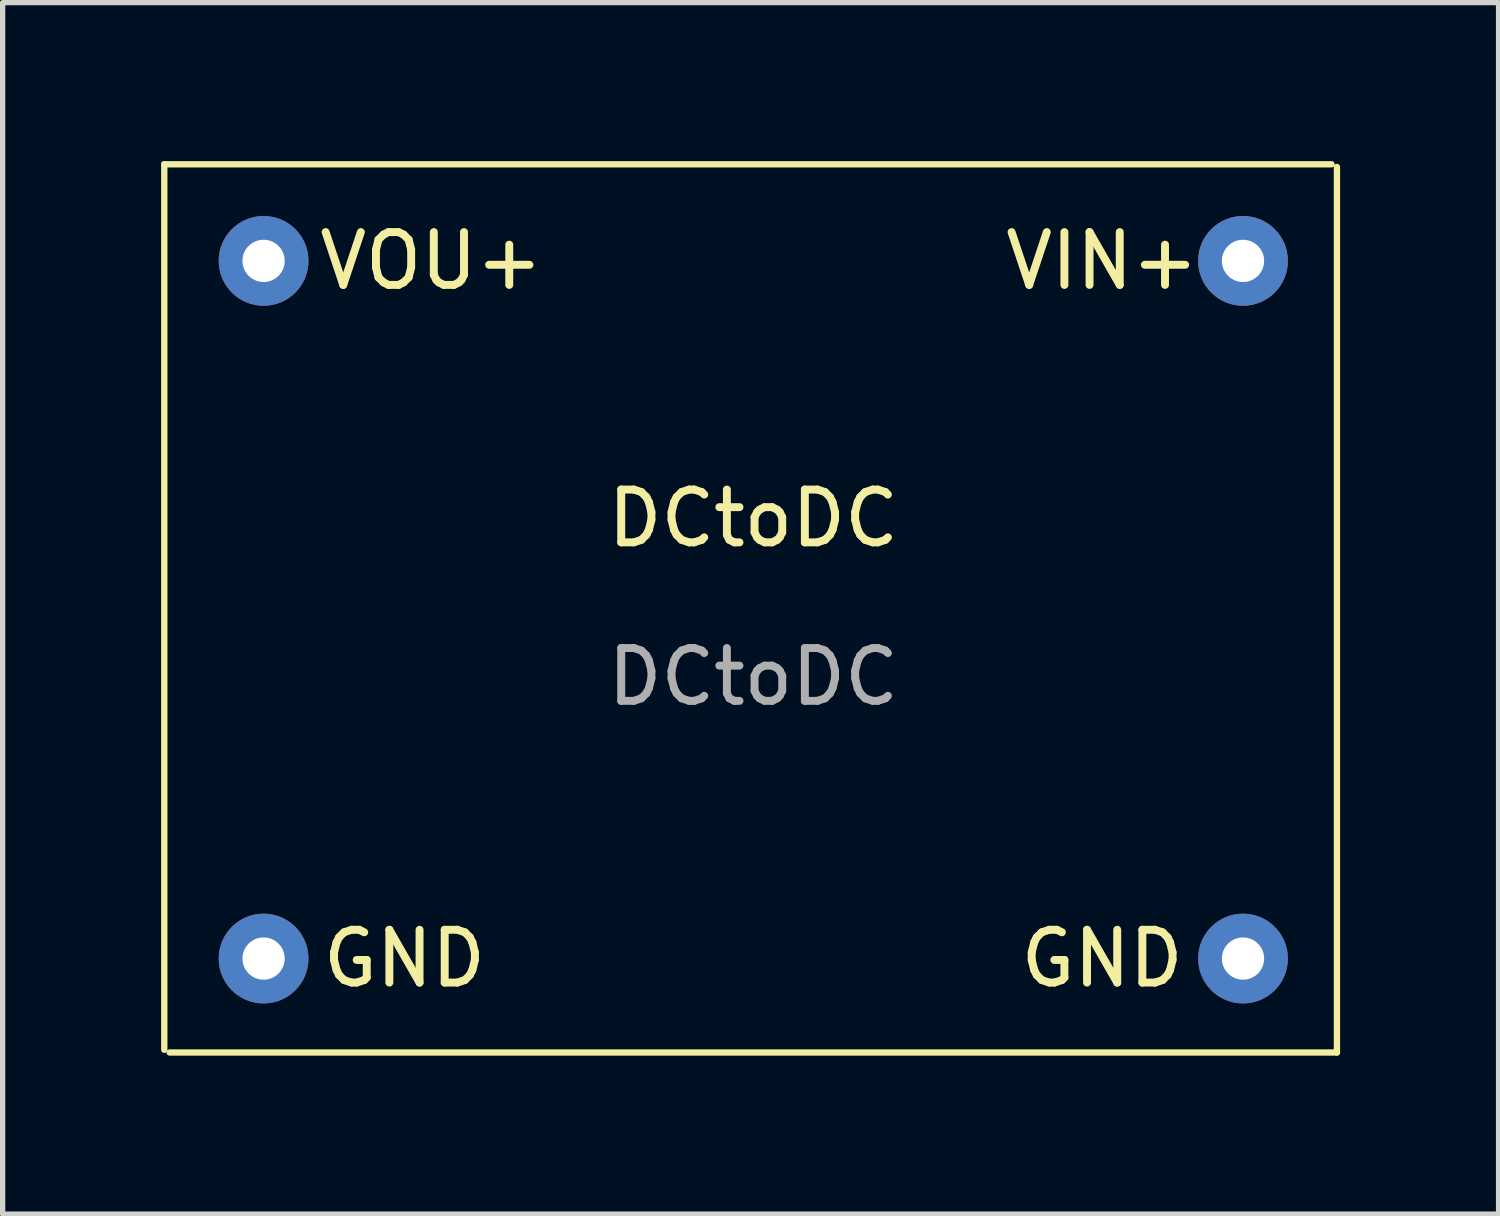
<source format=kicad_pcb>
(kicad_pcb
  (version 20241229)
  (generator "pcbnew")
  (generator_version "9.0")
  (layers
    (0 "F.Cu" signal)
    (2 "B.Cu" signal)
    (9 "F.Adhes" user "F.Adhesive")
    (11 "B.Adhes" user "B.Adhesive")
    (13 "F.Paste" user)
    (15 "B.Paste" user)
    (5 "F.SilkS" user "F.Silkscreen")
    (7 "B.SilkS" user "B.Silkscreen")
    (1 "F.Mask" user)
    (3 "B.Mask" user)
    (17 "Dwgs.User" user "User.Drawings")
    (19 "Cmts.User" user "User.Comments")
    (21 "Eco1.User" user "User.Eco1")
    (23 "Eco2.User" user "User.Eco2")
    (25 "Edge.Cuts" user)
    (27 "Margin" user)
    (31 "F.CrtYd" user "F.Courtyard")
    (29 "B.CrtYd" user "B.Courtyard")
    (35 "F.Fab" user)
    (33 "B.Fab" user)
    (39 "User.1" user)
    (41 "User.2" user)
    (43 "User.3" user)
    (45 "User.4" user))
  (footprint "DCtoDC"
    (layer "F.Cu")
    (at 11.211 8.493)
    (property "Reference" "DCtoDC" (at 0 -1.73 0) (unlocked yes) (layer "F.SilkS") (effects (font (size 1 1) (thickness 0.15))))
    (attr smd)
    (fp_line (start -11.151 -8.433) (end 10.947 -8.433) (stroke (width 0.12) (type solid)) (layer "F.SilkS"))
    (fp_line (start -11.151 8.331) (end -11.151 -8.433) (stroke (width 0.12) (type solid)) (layer "F.SilkS"))
    (fp_line (start -11.049 8.382) (end 11.049 8.382) (stroke (width 0.12) (type solid)) (layer "F.SilkS"))
    (fp_line (start 11.049 8.382) (end 11.049 -8.382) (stroke (width 0.12) (type solid)) (layer "F.SilkS"))
    (fp_text user "VIN+" (at 6.604 -6.604 0) (unlocked yes) (layer "F.SilkS") (effects (font (size 1 1) (thickness 0.15))))
    (fp_text user "GND" (at -6.604 6.604 0) (unlocked yes) (layer "F.SilkS") (effects (font (size 1 1) (thickness 0.15))))
    (fp_text user "GND" (at 6.604 6.604 0) (unlocked yes) (layer "F.SilkS") (effects (font (size 1 1) (thickness 0.15))))
    (fp_text user "VOU+" (at -6.096 -6.604 0) (unlocked yes) (layer "F.SilkS") (effects (font (size 1 1) (thickness 0.15))))
    (fp_text user "${REFERENCE}" (at 0 1.27 0) (unlocked yes) (layer "F.Fab") (effects (font (size 1 1) (thickness 0.15))))
    (pad "1" thru_hole circle (at 9.271 -6.604) (size 1.7 1.7) (drill 0.8) (layers "*.Cu" "*.Mask" "B.Adhes"))
    (pad "2" thru_hole circle (at 9.271 6.604) (size 1.7 1.7) (drill 0.8) (layers "*.Cu" "*.Mask" "B.Adhes"))
    (pad "3" thru_hole circle (at -9.271 -6.604) (size 1.7 1.7) (drill 0.8) (layers "*.Cu" "*.Mask" "B.Adhes"))
    (pad "4" thru_hole circle (at -9.271 6.604) (size 1.7 1.7) (drill 0.8) (layers "*.Cu" "*.Mask" "B.Adhes")))
  (gr_rect
    (start -3 -3)
    (end 25.32 19.935)
    (stroke (width 0.1) (type default))
    (fill no)
    (layer "Edge.Cuts")))
</source>
